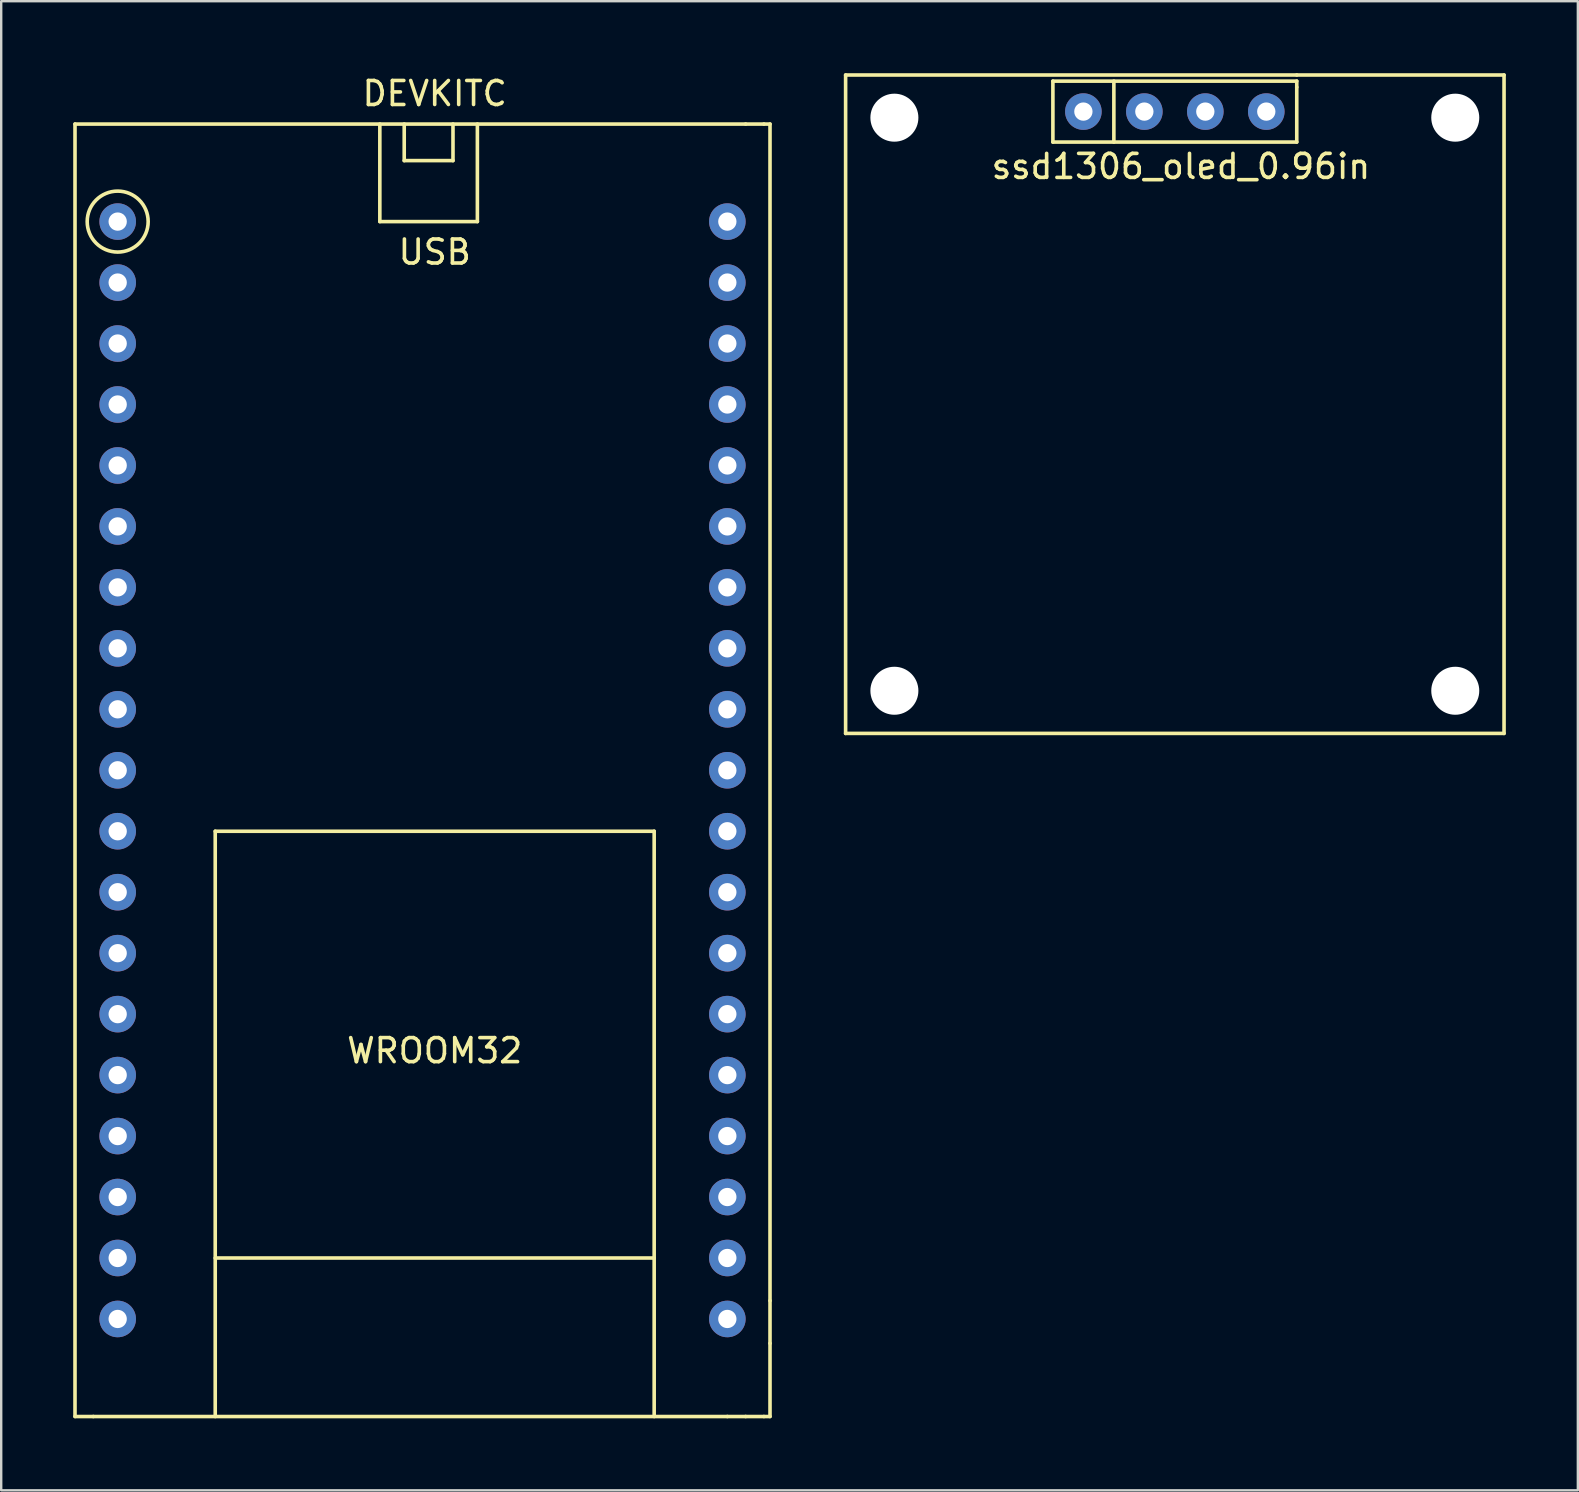
<source format=kicad_pcb>
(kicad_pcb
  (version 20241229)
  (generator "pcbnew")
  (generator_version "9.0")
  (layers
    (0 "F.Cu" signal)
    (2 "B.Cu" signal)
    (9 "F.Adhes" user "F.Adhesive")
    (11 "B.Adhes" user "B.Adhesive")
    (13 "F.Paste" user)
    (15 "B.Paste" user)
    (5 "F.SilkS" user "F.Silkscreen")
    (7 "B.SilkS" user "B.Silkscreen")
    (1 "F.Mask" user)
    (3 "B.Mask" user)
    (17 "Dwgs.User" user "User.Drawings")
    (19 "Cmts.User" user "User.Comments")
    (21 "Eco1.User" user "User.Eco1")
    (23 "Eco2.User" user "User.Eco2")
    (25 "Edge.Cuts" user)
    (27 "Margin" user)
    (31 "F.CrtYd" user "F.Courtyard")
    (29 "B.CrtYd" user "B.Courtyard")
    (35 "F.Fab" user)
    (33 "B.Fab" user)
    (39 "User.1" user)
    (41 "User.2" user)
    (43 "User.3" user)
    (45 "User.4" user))
  (footprint "DEVKITC"
    (layer "F.Cu")
    (at 1.853 6.182)
    (property "Reference" "DEVKITC" (at 13.208 -5.334 0) (layer "F.SilkS") (effects (font (size 1 1) (thickness 0.15))))
    (attr through_hole)
    (fp_line (start -1.778 -4.064) (end -1.778 49.784) (stroke (width 0.15) (type solid)) (layer "F.SilkS"))
    (fp_line (start -1.778 49.784) (end -1.016 49.784) (stroke (width 0.15) (type solid)) (layer "F.SilkS"))
    (fp_line (start 4.064 25.4) (end 22.352 25.4) (stroke (width 0.15) (type solid)) (layer "F.SilkS"))
    (fp_line (start 4.064 49.784) (end 4.064 25.4) (stroke (width 0.15) (type solid)) (layer "F.SilkS"))
    (fp_line (start 10.922 -4.064) (end 10.922 0) (stroke (width 0.15) (type solid)) (layer "F.SilkS"))
    (fp_line (start 10.922 0) (end 14.986 0) (stroke (width 0.15) (type solid)) (layer "F.SilkS"))
    (fp_line (start 11.938 -4.064) (end 11.938 -2.54) (stroke (width 0.15) (type solid)) (layer "F.SilkS"))
    (fp_line (start 11.938 -2.54) (end 13.97 -2.54) (stroke (width 0.15) (type solid)) (layer "F.SilkS"))
    (fp_line (start 13.97 -2.54) (end 13.97 -4.064) (stroke (width 0.15) (type solid)) (layer "F.SilkS"))
    (fp_line (start 14.986 0) (end 14.986 -4.064) (stroke (width 0.15) (type solid)) (layer "F.SilkS"))
    (fp_line (start 22.352 25.4) (end 22.352 49.784) (stroke (width 0.15) (type solid)) (layer "F.SilkS"))
    (fp_line (start 22.352 43.18) (end 4.064 43.18) (stroke (width 0.15) (type solid)) (layer "F.SilkS"))
    (fp_line (start 25.4 49.784) (end -1.016 49.784) (stroke (width 0.15) (type solid)) (layer "F.SilkS"))
    (fp_line (start 25.4 49.784) (end 26.162 49.784) (stroke (width 0.15) (type solid)) (layer "F.SilkS"))
    (fp_line (start 26.162 -4.064) (end -1.778 -4.064) (stroke (width 0.15) (type solid)) (layer "F.SilkS"))
    (fp_line (start 26.924 -4.064) (end 26.162 -4.064) (stroke (width 0.15) (type solid)) (layer "F.SilkS"))
    (fp_line (start 26.924 49.784) (end 26.162 49.784) (stroke (width 0.15) (type solid)) (layer "F.SilkS"))
    (fp_line (start 27.178 -4.064) (end 26.924 -4.064) (stroke (width 0.15) (type solid)) (layer "F.SilkS"))
    (fp_line (start 27.178 44.958) (end 27.178 -4.064) (stroke (width 0.15) (type solid)) (layer "F.SilkS"))
    (fp_line (start 27.178 46.736) (end 27.178 44.958) (stroke (width 0.15) (type solid)) (layer "F.SilkS"))
    (fp_line (start 27.178 46.736) (end 27.178 49.784) (stroke (width 0.15) (type solid)) (layer "F.SilkS"))
    (fp_line (start 27.178 49.784) (end 26.924 49.784) (stroke (width 0.15) (type solid)) (layer "F.SilkS"))
    (fp_circle (center 0 0) (end 0.762 1.016) (stroke (width 0.15) (type solid)) (fill no) (layer "F.SilkS"))
    (fp_text user "WROOM32" (at 13.208 34.544 0) (layer "F.SilkS") (effects (font (size 1 1) (thickness 0.15))))
    (fp_text user "USB" (at 13.208 1.27 0) (layer "F.SilkS") (effects (font (size 1 1) (thickness 0.15))))
    (pad "1" thru_hole circle (at 0 0) (size 1.524 1.524) (drill 0.762) (layers "*.Cu" "*.Mask"))
    (pad "2" thru_hole circle (at 0 2.54) (size 1.524 1.524) (drill 0.762) (layers "*.Cu" "*.Mask"))
    (pad "3" thru_hole circle (at 0 5.08) (size 1.524 1.524) (drill 0.762) (layers "*.Cu" "*.Mask"))
    (pad "4" thru_hole circle (at 0 7.62) (size 1.524 1.524) (drill 0.762) (layers "*.Cu" "*.Mask"))
    (pad "5" thru_hole circle (at 0 10.16) (size 1.524 1.524) (drill 0.762) (layers "*.Cu" "*.Mask"))
    (pad "6" thru_hole circle (at 0 12.7) (size 1.524 1.524) (drill 0.762) (layers "*.Cu" "*.Mask"))
    (pad "7" thru_hole circle (at 0 15.24) (size 1.524 1.524) (drill 0.762) (layers "*.Cu" "*.Mask"))
    (pad "8" thru_hole circle (at 0 17.78) (size 1.524 1.524) (drill 0.762) (layers "*.Cu" "*.Mask"))
    (pad "9" thru_hole circle (at 0 20.32) (size 1.524 1.524) (drill 0.762) (layers "*.Cu" "*.Mask"))
    (pad "10" thru_hole circle (at 0 22.86) (size 1.524 1.524) (drill 0.762) (layers "*.Cu" "*.Mask"))
    (pad "11" thru_hole circle (at 0 25.4) (size 1.524 1.524) (drill 0.762) (layers "*.Cu" "*.Mask"))
    (pad "12" thru_hole circle (at 0 27.94) (size 1.524 1.524) (drill 0.762) (layers "*.Cu" "*.Mask"))
    (pad "13" thru_hole circle (at 0 30.48) (size 1.524 1.524) (drill 0.762) (layers "*.Cu" "*.Mask"))
    (pad "14" thru_hole circle (at 0 33.02) (size 1.524 1.524) (drill 0.762) (layers "*.Cu" "*.Mask"))
    (pad "15" thru_hole circle (at 0 35.56) (size 1.524 1.524) (drill 0.762) (layers "*.Cu" "*.Mask"))
    (pad "16" thru_hole circle (at 0 38.1) (size 1.524 1.524) (drill 0.762) (layers "*.Cu" "*.Mask"))
    (pad "17" thru_hole circle (at 0 40.64) (size 1.524 1.524) (drill 0.762) (layers "*.Cu" "*.Mask"))
    (pad "18" thru_hole circle (at 0 43.18) (size 1.524 1.524) (drill 0.762) (layers "*.Cu" "*.Mask"))
    (pad "19" thru_hole circle (at 0 45.72) (size 1.524 1.524) (drill 0.762) (layers "*.Cu" "*.Mask"))
    (pad "20" thru_hole circle (at 25.4 45.72) (size 1.524 1.524) (drill 0.762) (layers "*.Cu" "*.Mask"))
    (pad "21" thru_hole circle (at 25.4 43.18) (size 1.524 1.524) (drill 0.762) (layers "*.Cu" "*.Mask"))
    (pad "22" thru_hole circle (at 25.4 40.64) (size 1.524 1.524) (drill 0.762) (layers "*.Cu" "*.Mask"))
    (pad "23" thru_hole circle (at 25.4 38.1) (size 1.524 1.524) (drill 0.762) (layers "*.Cu" "*.Mask"))
    (pad "24" thru_hole circle (at 25.4 35.56) (size 1.524 1.524) (drill 0.762) (layers "*.Cu" "*.Mask"))
    (pad "25" thru_hole circle (at 25.4 33.02) (size 1.524 1.524) (drill 0.762) (layers "*.Cu" "*.Mask"))
    (pad "26" thru_hole circle (at 25.4 30.48) (size 1.524 1.524) (drill 0.762) (layers "*.Cu" "*.Mask"))
    (pad "27" thru_hole circle (at 25.4 27.94) (size 1.524 1.524) (drill 0.762) (layers "*.Cu" "*.Mask"))
    (pad "28" thru_hole circle (at 25.4 25.4) (size 1.524 1.524) (drill 0.762) (layers "*.Cu" "*.Mask"))
    (pad "29" thru_hole circle (at 25.4 22.86) (size 1.524 1.524) (drill 0.762) (layers "*.Cu" "*.Mask"))
    (pad "30" thru_hole circle (at 25.4 20.32) (size 1.524 1.524) (drill 0.762) (layers "*.Cu" "*.Mask"))
    (pad "31" thru_hole circle (at 25.4 17.78) (size 1.524 1.524) (drill 0.762) (layers "*.Cu" "*.Mask"))
    (pad "32" thru_hole circle (at 25.4 15.24) (size 1.524 1.524) (drill 0.762) (layers "*.Cu" "*.Mask"))
    (pad "33" thru_hole circle (at 25.4 12.7) (size 1.524 1.524) (drill 0.762) (layers "*.Cu" "*.Mask"))
    (pad "34" thru_hole circle (at 25.4 10.16) (size 1.524 1.524) (drill 0.762) (layers "*.Cu" "*.Mask"))
    (pad "35" thru_hole circle (at 25.4 7.62) (size 1.524 1.524) (drill 0.762) (layers "*.Cu" "*.Mask"))
    (pad "36" thru_hole circle (at 25.4 5.08) (size 1.524 1.524) (drill 0.762) (layers "*.Cu" "*.Mask"))
    (pad "37" thru_hole circle (at 25.4 2.54) (size 1.524 1.524) (drill 0.762) (layers "*.Cu" "*.Mask"))
    (pad "38" thru_hole circle (at 25.4 0) (size 1.524 1.524) (drill 0.762) (layers "*.Cu" "*.Mask")))
  (footprint "ssd1306_oled_0.96in"
    (layer "F.Cu")
    (at 42.087 1.599)
    (property "Reference" "ssd1306_oled_0.96in" (at 4.064 2.286 0) (layer "F.SilkS") (effects (font (size 1 1) (thickness 0.15))))
    (attr through_hole)
    (fp_line (start -9.906 -1.524) (end -9.906 25.908) (stroke (width 0.15) (type solid)) (layer "F.SilkS"))
    (fp_line (start -9.906 25.908) (end 17.526 25.908) (stroke (width 0.15) (type solid)) (layer "F.SilkS"))
    (fp_line (start -1.27 -1.27) (end -1.27 1.27) (stroke (width 0.15) (type solid)) (layer "F.SilkS"))
    (fp_line (start -1.27 1.27) (end 8.89 1.27) (stroke (width 0.15) (type solid)) (layer "F.SilkS"))
    (fp_line (start 1.27 -1.27) (end 1.27 1.27) (stroke (width 0.15) (type solid)) (layer "F.SilkS"))
    (fp_line (start 8.89 -1.524) (end -9.906 -1.524) (stroke (width 0.15) (type solid)) (layer "F.SilkS"))
    (fp_line (start 8.89 -1.27) (end -1.27 -1.27) (stroke (width 0.15) (type solid)) (layer "F.SilkS"))
    (fp_line (start 8.89 -1.016) (end 8.89 -1.27) (stroke (width 0.15) (type solid)) (layer "F.SilkS"))
    (fp_line (start 8.89 1.27) (end 8.89 -1.016) (stroke (width 0.15) (type solid)) (layer "F.SilkS"))
    (fp_line (start 17.526 -1.524) (end 8.89 -1.524) (stroke (width 0.15) (type solid)) (layer "F.SilkS"))
    (fp_line (start 17.526 25.908) (end 17.526 -1.524) (stroke (width 0.15) (type solid)) (layer "F.SilkS"))
    (pad "" np_thru_hole circle (at -7.874 0.254) (size 2 2) (drill 2) (layers "*.Cu" "*.Mask"))
    (pad "" np_thru_hole circle (at -7.874 24.13) (size 2 2) (drill 2) (layers "*.Cu" "*.Mask"))
    (pad "" np_thru_hole circle (at 15.494 0.254) (size 2 2) (drill 2) (layers "*.Cu" "*.Mask"))
    (pad "" np_thru_hole circle (at 15.494 24.13) (size 2 2) (drill 2) (layers "*.Cu" "*.Mask"))
    (pad "1" thru_hole circle (at 0 0) (size 1.524 1.524) (drill 0.762) (layers "*.Cu" "*.Mask"))
    (pad "2" thru_hole circle (at 2.54 0) (size 1.524 1.524) (drill 0.762) (layers "*.Cu" "*.Mask"))
    (pad "3" thru_hole circle (at 5.08 0) (size 1.524 1.524) (drill 0.762) (layers "*.Cu" "*.Mask"))
    (pad "4" thru_hole circle (at 7.62 0) (size 1.524 1.524) (drill 0.762) (layers "*.Cu" "*.Mask")))
  (gr_rect
    (start -3 -3)
    (end 62.688 59.041)
    (stroke (width 0.1) (type default))
    (fill no)
    (layer "Edge.Cuts")))
</source>
